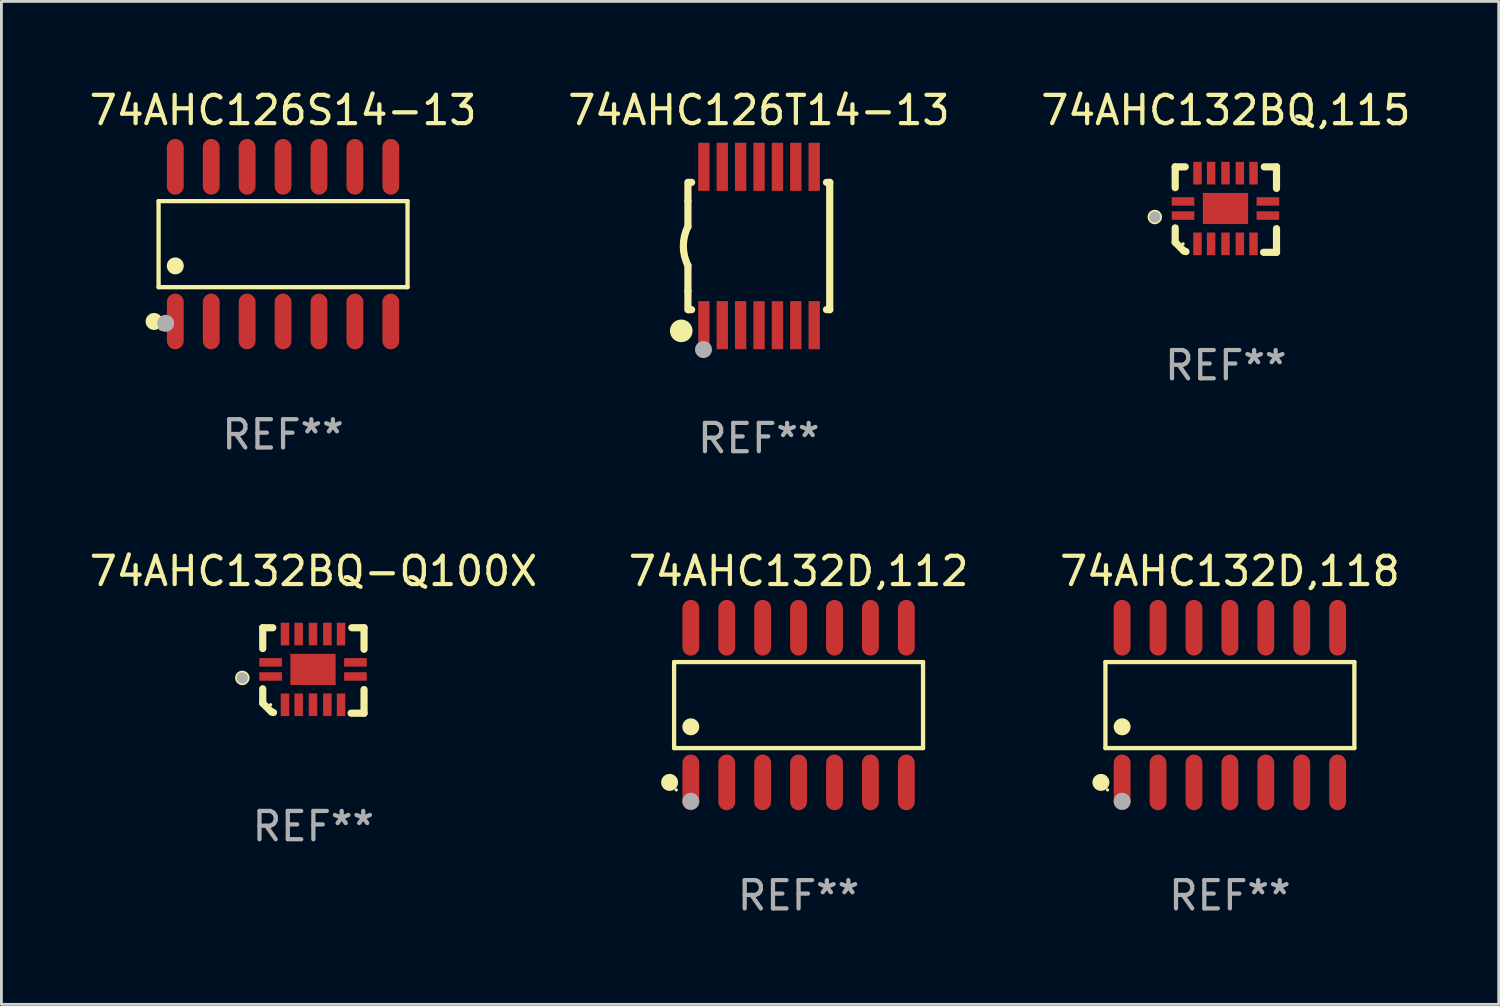
<source format=kicad_pcb>
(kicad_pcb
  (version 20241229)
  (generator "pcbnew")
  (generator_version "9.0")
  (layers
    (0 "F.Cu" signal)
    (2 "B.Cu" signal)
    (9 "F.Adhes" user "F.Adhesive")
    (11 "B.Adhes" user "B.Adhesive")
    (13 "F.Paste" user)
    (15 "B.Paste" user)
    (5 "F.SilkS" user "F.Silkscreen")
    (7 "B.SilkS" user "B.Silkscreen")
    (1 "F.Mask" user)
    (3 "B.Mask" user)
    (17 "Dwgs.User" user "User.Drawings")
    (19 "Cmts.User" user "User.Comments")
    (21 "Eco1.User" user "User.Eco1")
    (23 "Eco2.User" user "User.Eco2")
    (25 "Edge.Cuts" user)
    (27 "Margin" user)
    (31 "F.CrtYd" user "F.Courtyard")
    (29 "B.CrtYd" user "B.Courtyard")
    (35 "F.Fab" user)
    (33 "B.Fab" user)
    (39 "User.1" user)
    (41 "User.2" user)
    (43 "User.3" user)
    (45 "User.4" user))
  (footprint "74AHC132D,112"
    (layer "F.Cu")
    (at 25.185 21.879)
    (property "Reference" "74AHC132D,112" (at 0 -4.734 0) (layer "F.SilkS") (effects (font (size 1 1) (thickness 0.15))))
    (attr through_hole)
    (fp_line (start -4.401 -1.521) (end 4.401 -1.521) (stroke (width 0.152) (type solid)) (layer "F.SilkS"))
    (fp_line (start -4.401 1.521) (end -4.401 -1.521) (stroke (width 0.152) (type solid)) (layer "F.SilkS"))
    (fp_line (start 4.401 -1.521) (end 4.401 1.521) (stroke (width 0.152) (type solid)) (layer "F.SilkS"))
    (fp_line (start 4.401 1.521) (end -4.401 1.521) (stroke (width 0.152) (type solid)) (layer "F.SilkS"))
    (fp_circle (center -4.56 2.734) (end -4.41 2.734) (stroke (width 0.3) (type solid)) (fill no) (layer "F.SilkS"))
    (fp_circle (center -4.325 3) (end -4.295 3) (stroke (width 0.06) (type solid)) (fill no) (layer "F.SilkS"))
    (fp_circle (center -3.81 0.769) (end -3.66 0.769) (stroke (width 0.3) (type solid)) (fill no) (layer "F.SilkS"))
    (fp_circle (center -3.81 3.4) (end -3.66 3.4) (stroke (width 0.3) (type solid)) (fill no) (layer "F.Fab"))
    (fp_text user "REF**" (at 0 6.734 0) (layer "F.Fab") (effects (font (size 1 1) (thickness 0.15))))
    (pad "1" smd oval (at -3.81 2.734) (size 0.595 1.968) (layers "F.Cu" "F.Mask" "F.Paste"))
    (pad "2" smd oval (at -2.54 2.734) (size 0.595 1.968) (layers "F.Cu" "F.Mask" "F.Paste"))
    (pad "3" smd oval (at -1.27 2.734) (size 0.595 1.968) (layers "F.Cu" "F.Mask" "F.Paste"))
    (pad "4" smd oval (at 0 2.734) (size 0.595 1.968) (layers "F.Cu" "F.Mask" "F.Paste"))
    (pad "5" smd oval (at 1.27 2.734) (size 0.595 1.968) (layers "F.Cu" "F.Mask" "F.Paste"))
    (pad "6" smd oval (at 2.54 2.734) (size 0.595 1.968) (layers "F.Cu" "F.Mask" "F.Paste"))
    (pad "7" smd oval (at 3.81 2.734) (size 0.595 1.968) (layers "F.Cu" "F.Mask" "F.Paste"))
    (pad "8" smd oval (at 3.81 -2.734) (size 0.595 1.968) (layers "F.Cu" "F.Mask" "F.Paste"))
    (pad "9" smd oval (at 2.54 -2.734) (size 0.595 1.968) (layers "F.Cu" "F.Mask" "F.Paste"))
    (pad "10" smd oval (at 1.27 -2.734) (size 0.595 1.968) (layers "F.Cu" "F.Mask" "F.Paste"))
    (pad "11" smd oval (at 0 -2.734) (size 0.595 1.968) (layers "F.Cu" "F.Mask" "F.Paste"))
    (pad "12" smd oval (at -1.27 -2.734) (size 0.595 1.968) (layers "F.Cu" "F.Mask" "F.Paste"))
    (pad "13" smd oval (at -2.54 -2.734) (size 0.595 1.968) (layers "F.Cu" "F.Mask" "F.Paste"))
    (pad "14" smd oval (at -3.81 -2.734) (size 0.595 1.968) (layers "F.Cu" "F.Mask" "F.Paste")))
  (footprint "74AHC126S14-13"
    (layer "F.Cu")
    (at 6.958 5.582)
    (property "Reference" "74AHC126S14-13" (at 0 -4.734 0) (layer "F.SilkS") (effects (font (size 1 1) (thickness 0.15))))
    (attr through_hole)
    (fp_line (start -4.401 -1.521) (end 4.401 -1.521) (stroke (width 0.152) (type solid)) (layer "F.SilkS"))
    (fp_line (start -4.401 1.521) (end -4.401 -1.521) (stroke (width 0.152) (type solid)) (layer "F.SilkS"))
    (fp_line (start 4.401 -1.521) (end 4.401 1.521) (stroke (width 0.152) (type solid)) (layer "F.SilkS"))
    (fp_line (start 4.401 1.521) (end -4.401 1.521) (stroke (width 0.152) (type solid)) (layer "F.SilkS"))
    (fp_circle (center -4.56 2.734) (end -4.41 2.734) (stroke (width 0.3) (type solid)) (fill no) (layer "F.SilkS"))
    (fp_circle (center -4.325 3) (end -4.295 3) (stroke (width 0.06) (type solid)) (fill no) (layer "F.SilkS"))
    (fp_circle (center -3.81 0.769) (end -3.66 0.769) (stroke (width 0.3) (type solid)) (fill no) (layer "F.SilkS"))
    (fp_circle (center -4.15 2.8) (end -4 2.8) (stroke (width 0.3) (type solid)) (fill no) (layer "F.Fab"))
    (fp_text user "REF**" (at 0 6.734 0) (layer "F.Fab") (effects (font (size 1 1) (thickness 0.15))))
    (pad "1" smd oval (at -3.81 2.734) (size 0.595 1.968) (layers "F.Cu" "F.Mask" "F.Paste"))
    (pad "2" smd oval (at -2.54 2.734) (size 0.595 1.968) (layers "F.Cu" "F.Mask" "F.Paste"))
    (pad "3" smd oval (at -1.27 2.734) (size 0.595 1.968) (layers "F.Cu" "F.Mask" "F.Paste"))
    (pad "4" smd oval (at 0 2.734) (size 0.595 1.968) (layers "F.Cu" "F.Mask" "F.Paste"))
    (pad "5" smd oval (at 1.27 2.734) (size 0.595 1.968) (layers "F.Cu" "F.Mask" "F.Paste"))
    (pad "6" smd oval (at 2.54 2.734) (size 0.595 1.968) (layers "F.Cu" "F.Mask" "F.Paste"))
    (pad "7" smd oval (at 3.81 2.734) (size 0.595 1.968) (layers "F.Cu" "F.Mask" "F.Paste"))
    (pad "8" smd oval (at 3.81 -2.734) (size 0.595 1.968) (layers "F.Cu" "F.Mask" "F.Paste"))
    (pad "9" smd oval (at 2.54 -2.734) (size 0.595 1.968) (layers "F.Cu" "F.Mask" "F.Paste"))
    (pad "10" smd oval (at 1.27 -2.734) (size 0.595 1.968) (layers "F.Cu" "F.Mask" "F.Paste"))
    (pad "11" smd oval (at 0 -2.734) (size 0.595 1.968) (layers "F.Cu" "F.Mask" "F.Paste"))
    (pad "12" smd oval (at -1.27 -2.734) (size 0.595 1.968) (layers "F.Cu" "F.Mask" "F.Paste"))
    (pad "13" smd oval (at -2.54 -2.734) (size 0.595 1.968) (layers "F.Cu" "F.Mask" "F.Paste"))
    (pad "14" smd oval (at -3.81 -2.734) (size 0.595 1.968) (layers "F.Cu" "F.Mask" "F.Paste")))
  (footprint "74AHC132D,118"
    (layer "F.Cu")
    (at 40.435 21.879)
    (property "Reference" "74AHC132D,118" (at 0 -4.734 0) (layer "F.SilkS") (effects (font (size 1 1) (thickness 0.15))))
    (attr through_hole)
    (fp_line (start -4.401 -1.521) (end 4.401 -1.521) (stroke (width 0.152) (type solid)) (layer "F.SilkS"))
    (fp_line (start -4.401 1.521) (end -4.401 -1.521) (stroke (width 0.152) (type solid)) (layer "F.SilkS"))
    (fp_line (start 4.401 -1.521) (end 4.401 1.521) (stroke (width 0.152) (type solid)) (layer "F.SilkS"))
    (fp_line (start 4.401 1.521) (end -4.401 1.521) (stroke (width 0.152) (type solid)) (layer "F.SilkS"))
    (fp_circle (center -4.56 2.734) (end -4.41 2.734) (stroke (width 0.3) (type solid)) (fill no) (layer "F.SilkS"))
    (fp_circle (center -4.325 3) (end -4.295 3) (stroke (width 0.06) (type solid)) (fill no) (layer "F.SilkS"))
    (fp_circle (center -3.81 0.769) (end -3.66 0.769) (stroke (width 0.3) (type solid)) (fill no) (layer "F.SilkS"))
    (fp_circle (center -3.81 3.4) (end -3.66 3.4) (stroke (width 0.3) (type solid)) (fill no) (layer "F.Fab"))
    (fp_text user "REF**" (at 0 6.734 0) (layer "F.Fab") (effects (font (size 1 1) (thickness 0.15))))
    (pad "1" smd oval (at -3.81 2.734) (size 0.595 1.968) (layers "F.Cu" "F.Mask" "F.Paste"))
    (pad "2" smd oval (at -2.54 2.734) (size 0.595 1.968) (layers "F.Cu" "F.Mask" "F.Paste"))
    (pad "3" smd oval (at -1.27 2.734) (size 0.595 1.968) (layers "F.Cu" "F.Mask" "F.Paste"))
    (pad "4" smd oval (at 0 2.734) (size 0.595 1.968) (layers "F.Cu" "F.Mask" "F.Paste"))
    (pad "5" smd oval (at 1.27 2.734) (size 0.595 1.968) (layers "F.Cu" "F.Mask" "F.Paste"))
    (pad "6" smd oval (at 2.54 2.734) (size 0.595 1.968) (layers "F.Cu" "F.Mask" "F.Paste"))
    (pad "7" smd oval (at 3.81 2.734) (size 0.595 1.968) (layers "F.Cu" "F.Mask" "F.Paste"))
    (pad "8" smd oval (at 3.81 -2.734) (size 0.595 1.968) (layers "F.Cu" "F.Mask" "F.Paste"))
    (pad "9" smd oval (at 2.54 -2.734) (size 0.595 1.968) (layers "F.Cu" "F.Mask" "F.Paste"))
    (pad "10" smd oval (at 1.27 -2.734) (size 0.595 1.968) (layers "F.Cu" "F.Mask" "F.Paste"))
    (pad "11" smd oval (at 0 -2.734) (size 0.595 1.968) (layers "F.Cu" "F.Mask" "F.Paste"))
    (pad "12" smd oval (at -1.27 -2.734) (size 0.595 1.968) (layers "F.Cu" "F.Mask" "F.Paste"))
    (pad "13" smd oval (at -2.54 -2.734) (size 0.595 1.968) (layers "F.Cu" "F.Mask" "F.Paste"))
    (pad "14" smd oval (at -3.81 -2.734) (size 0.595 1.968) (layers "F.Cu" "F.Mask" "F.Paste")))
  (footprint "74AHC132BQ,115"
    (layer "F.Cu")
    (at 40.292 4.36)
    (property "Reference" "74AHC132BQ,115" (at 0 -3.511 0) (layer "F.SilkS") (effects (font (size 1 1) (thickness 0.15))))
    (attr through_hole)
    (fp_line (start -1.791 -1.511) (end -1.435 -1.511) (stroke (width 0.254) (type solid)) (layer "F.SilkS"))
    (fp_line (start -1.791 -0.775) (end -1.791 -1.511) (stroke (width 0.254) (type solid)) (layer "F.SilkS"))
    (fp_line (start -1.791 1.156) (end -1.791 0.648) (stroke (width 0.254) (type solid)) (layer "F.SilkS"))
    (fp_line (start -1.486 1.461) (end -1.791 1.156) (stroke (width 0.254) (type solid)) (layer "F.SilkS"))
    (fp_line (start -1.41 1.486) (end -1.486 1.461) (stroke (width 0.254) (type solid)) (layer "F.SilkS"))
    (fp_line (start 1.334 1.511) (end 1.791 1.511) (stroke (width 0.254) (type solid)) (layer "F.SilkS"))
    (fp_line (start 1.791 -1.511) (end 1.359 -1.511) (stroke (width 0.254) (type solid)) (layer "F.SilkS"))
    (fp_line (start 1.791 -0.749) (end 1.791 -1.511) (stroke (width 0.254) (type solid)) (layer "F.SilkS"))
    (fp_line (start 1.791 1.511) (end 1.791 0.673) (stroke (width 0.254) (type solid)) (layer "F.SilkS"))
    (fp_circle (center -2.513 0.262) (end -2.383 0.262) (stroke (width 0.254) (type solid)) (fill no) (layer "F.SilkS"))
    (fp_circle (center -1.513 1.212) (end -1.483 1.212) (stroke (width 0.06) (type solid)) (fill no) (layer "F.SilkS"))
    (fp_circle (center -2.513 0.262) (end -2.413 0.262) (stroke (width 0.2) (type solid)) (fill no) (layer "F.Fab"))
    (fp_text user "REF**" (at 0 5.511 0) (layer "F.Fab") (effects (font (size 1 1) (thickness 0.15))))
    (pad "1" smd rect (at -1.513 0.212) (size 0.8 0.3) (layers "F.Cu" "F.Mask" "F.Paste"))
    (pad "2" smd rect (at -1.003 1.212) (size 0.3 0.8) (layers "F.Cu" "F.Mask" "F.Paste"))
    (pad "3" smd rect (at -0.521 1.212) (size 0.3 0.8) (layers "F.Cu" "F.Mask" "F.Paste"))
    (pad "4" smd rect (at -0.013 1.212) (size 0.3 0.8) (layers "F.Cu" "F.Mask" "F.Paste"))
    (pad "5" smd rect (at 0.495 1.212) (size 0.3 0.8) (layers "F.Cu" "F.Mask" "F.Paste"))
    (pad "6" smd rect (at 0.978 1.212) (size 0.3 0.8) (layers "F.Cu" "F.Mask" "F.Paste"))
    (pad "7" smd rect (at 1.487 0.212) (size 0.8 0.3) (layers "F.Cu" "F.Mask" "F.Paste"))
    (pad "8" smd rect (at 1.487 -0.288) (size 0.8 0.3) (layers "F.Cu" "F.Mask" "F.Paste"))
    (pad "9" smd rect (at 0.978 -1.288) (size 0.3 0.8) (layers "F.Cu" "F.Mask" "F.Paste"))
    (pad "10" smd rect (at 0.495 -1.288) (size 0.3 0.8) (layers "F.Cu" "F.Mask" "F.Paste"))
    (pad "11" smd rect (at -0.013 -1.288) (size 0.3 0.8) (layers "F.Cu" "F.Mask" "F.Paste"))
    (pad "12" smd rect (at -0.521 -1.288) (size 0.3 0.8) (layers "F.Cu" "F.Mask" "F.Paste"))
    (pad "13" smd rect (at -1.003 -1.288) (size 0.3 0.8) (layers "F.Cu" "F.Mask" "F.Paste"))
    (pad "14" smd rect (at -1.513 -0.288) (size 0.8 0.3) (layers "F.Cu" "F.Mask" "F.Paste"))
    (pad "15" smd rect (at -0.013 -0.038 90) (size 1.1 1.6) (layers "F.Cu" "F.Mask" "F.Paste")))
  (footprint "74AHC126T14-13"
    (layer "F.Cu")
    (at 23.78 5.648)
    (property "Reference" "74AHC126T14-13" (at 0 -4.8 0) (layer "F.SilkS") (effects (font (size 1 1) (thickness 0.15))))
    (attr through_hole)
    (fp_line (start -2.507 -1.6) (end -2.507 -2.25) (stroke (width 0.254) (type solid)) (layer "F.SilkS"))
    (fp_line (start -2.507 -0.686) (end -2.507 -1.6) (stroke (width 0.254) (type solid)) (layer "F.SilkS"))
    (fp_line (start -2.507 1.6) (end -2.507 0.686) (stroke (width 0.254) (type solid)) (layer "F.SilkS"))
    (fp_line (start -2.507 1.6) (end -2.507 2.25) (stroke (width 0.254) (type solid)) (layer "F.SilkS"))
    (fp_line (start -2.493 -2.25) (end -2.377 -2.25) (stroke (width 0.254) (type solid)) (layer "F.SilkS"))
    (fp_line (start -2.377 2.25) (end -2.493 2.25) (stroke (width 0.254) (type solid)) (layer "F.SilkS"))
    (fp_line (start 2.392 -2.25) (end 2.507 -2.25) (stroke (width 0.254) (type solid)) (layer "F.SilkS"))
    (fp_line (start 2.507 -2.25) (end 2.507 2.25) (stroke (width 0.254) (type solid)) (layer "F.SilkS"))
    (fp_line (start 2.507 2.25) (end 2.392 2.25) (stroke (width 0.254) (type solid)) (layer "F.SilkS"))
    (fp_arc (start -2.507303 0.685802) (mid -2.669199 0) (end -2.507303 -0.685801) (stroke (width 0.254001) (type solid)) (layer "F.SilkS"))
    (fp_circle (center -2.743 3) (end -2.543 3) (stroke (width 0.4) (type solid)) (fill no) (layer "F.SilkS"))
    (fp_circle (center -2.493 3.2) (end -2.463 3.2) (stroke (width 0.06) (type solid)) (fill no) (layer "F.SilkS"))
    (fp_circle (center -1.957 3.662) (end -1.807 3.662) (stroke (width 0.3) (type solid)) (fill no) (layer "F.Fab"))
    (fp_text user "REF**" (at 0 6.8 0) (layer "F.Fab") (effects (font (size 1 1) (thickness 0.15))))
    (pad "1" smd rect (at -1.943 2.8) (size 0.4 1.7) (layers "F.Cu" "F.Mask" "F.Paste"))
    (pad "2" smd rect (at -1.293 2.8) (size 0.4 1.7) (layers "F.Cu" "F.Mask" "F.Paste"))
    (pad "3" smd rect (at -0.643 2.8) (size 0.4 1.7) (layers "F.Cu" "F.Mask" "F.Paste"))
    (pad "4" smd rect (at 0.007 2.8) (size 0.4 1.7) (layers "F.Cu" "F.Mask" "F.Paste"))
    (pad "5" smd rect (at 0.657 2.8) (size 0.4 1.7) (layers "F.Cu" "F.Mask" "F.Paste"))
    (pad "6" smd rect (at 1.307 2.8) (size 0.4 1.7) (layers "F.Cu" "F.Mask" "F.Paste"))
    (pad "7" smd rect (at 1.957 2.8) (size 0.4 1.7) (layers "F.Cu" "F.Mask" "F.Paste"))
    (pad "8" smd rect (at 1.957 -2.8) (size 0.4 1.7) (layers "F.Cu" "F.Mask" "F.Paste"))
    (pad "9" smd rect (at 1.307 -2.8) (size 0.4 1.7) (layers "F.Cu" "F.Mask" "F.Paste"))
    (pad "10" smd rect (at 0.657 -2.8) (size 0.4 1.7) (layers "F.Cu" "F.Mask" "F.Paste"))
    (pad "11" smd rect (at 0.007 -2.8) (size 0.4 1.7) (layers "F.Cu" "F.Mask" "F.Paste"))
    (pad "12" smd rect (at -0.643 -2.8) (size 0.4 1.7) (layers "F.Cu" "F.Mask" "F.Paste"))
    (pad "13" smd rect (at -1.293 -2.8) (size 0.4 1.7) (layers "F.Cu" "F.Mask" "F.Paste"))
    (pad "14" smd rect (at -1.943 -2.8) (size 0.4 1.7) (layers "F.Cu" "F.Mask" "F.Paste")))
  (footprint "74AHC132BQ-Q100X"
    (layer "F.Cu")
    (at 8.03 20.656)
    (property "Reference" "74AHC132BQ-Q100X" (at 0 -3.511 0) (layer "F.SilkS") (effects (font (size 1 1) (thickness 0.15))))
    (attr through_hole)
    (fp_line (start -1.791 -1.511) (end -1.435 -1.511) (stroke (width 0.254) (type solid)) (layer "F.SilkS"))
    (fp_line (start -1.791 -0.775) (end -1.791 -1.511) (stroke (width 0.254) (type solid)) (layer "F.SilkS"))
    (fp_line (start -1.791 1.156) (end -1.791 0.648) (stroke (width 0.254) (type solid)) (layer "F.SilkS"))
    (fp_line (start -1.486 1.461) (end -1.791 1.156) (stroke (width 0.254) (type solid)) (layer "F.SilkS"))
    (fp_line (start -1.41 1.486) (end -1.486 1.461) (stroke (width 0.254) (type solid)) (layer "F.SilkS"))
    (fp_line (start 1.334 1.511) (end 1.791 1.511) (stroke (width 0.254) (type solid)) (layer "F.SilkS"))
    (fp_line (start 1.791 -1.511) (end 1.359 -1.511) (stroke (width 0.254) (type solid)) (layer "F.SilkS"))
    (fp_line (start 1.791 -0.749) (end 1.791 -1.511) (stroke (width 0.254) (type solid)) (layer "F.SilkS"))
    (fp_line (start 1.791 1.511) (end 1.791 0.673) (stroke (width 0.254) (type solid)) (layer "F.SilkS"))
    (fp_circle (center -2.513 0.262) (end -2.383 0.262) (stroke (width 0.254) (type solid)) (fill no) (layer "F.SilkS"))
    (fp_circle (center -1.513 1.212) (end -1.483 1.212) (stroke (width 0.06) (type solid)) (fill no) (layer "F.SilkS"))
    (fp_circle (center -2.513 0.262) (end -2.413 0.262) (stroke (width 0.2) (type solid)) (fill no) (layer "F.Fab"))
    (fp_text user "REF**" (at 0 5.511 0) (layer "F.Fab") (effects (font (size 1 1) (thickness 0.15))))
    (pad "1" smd rect (at -1.513 0.212) (size 0.8 0.3) (layers "F.Cu" "F.Mask" "F.Paste"))
    (pad "2" smd rect (at -1.003 1.212) (size 0.3 0.8) (layers "F.Cu" "F.Mask" "F.Paste"))
    (pad "3" smd rect (at -0.521 1.212) (size 0.3 0.8) (layers "F.Cu" "F.Mask" "F.Paste"))
    (pad "4" smd rect (at -0.013 1.212) (size 0.3 0.8) (layers "F.Cu" "F.Mask" "F.Paste"))
    (pad "5" smd rect (at 0.495 1.212) (size 0.3 0.8) (layers "F.Cu" "F.Mask" "F.Paste"))
    (pad "6" smd rect (at 0.978 1.212) (size 0.3 0.8) (layers "F.Cu" "F.Mask" "F.Paste"))
    (pad "7" smd rect (at 1.487 0.212) (size 0.8 0.3) (layers "F.Cu" "F.Mask" "F.Paste"))
    (pad "8" smd rect (at 1.487 -0.288) (size 0.8 0.3) (layers "F.Cu" "F.Mask" "F.Paste"))
    (pad "9" smd rect (at 0.978 -1.288) (size 0.3 0.8) (layers "F.Cu" "F.Mask" "F.Paste"))
    (pad "10" smd rect (at 0.495 -1.288) (size 0.3 0.8) (layers "F.Cu" "F.Mask" "F.Paste"))
    (pad "11" smd rect (at -0.013 -1.288) (size 0.3 0.8) (layers "F.Cu" "F.Mask" "F.Paste"))
    (pad "12" smd rect (at -0.521 -1.288) (size 0.3 0.8) (layers "F.Cu" "F.Mask" "F.Paste"))
    (pad "13" smd rect (at -1.003 -1.288) (size 0.3 0.8) (layers "F.Cu" "F.Mask" "F.Paste"))
    (pad "14" smd rect (at -1.513 -0.288) (size 0.8 0.3) (layers "F.Cu" "F.Mask" "F.Paste"))
    (pad "15" smd rect (at -0.013 -0.038 90) (size 1.1 1.6) (layers "F.Cu" "F.Mask" "F.Paste")))
  (gr_rect
    (start -3 -3)
    (end 49.94 32.461)
    (stroke (width 0.1) (type default))
    (fill no)
    (layer "Edge.Cuts")))
</source>
